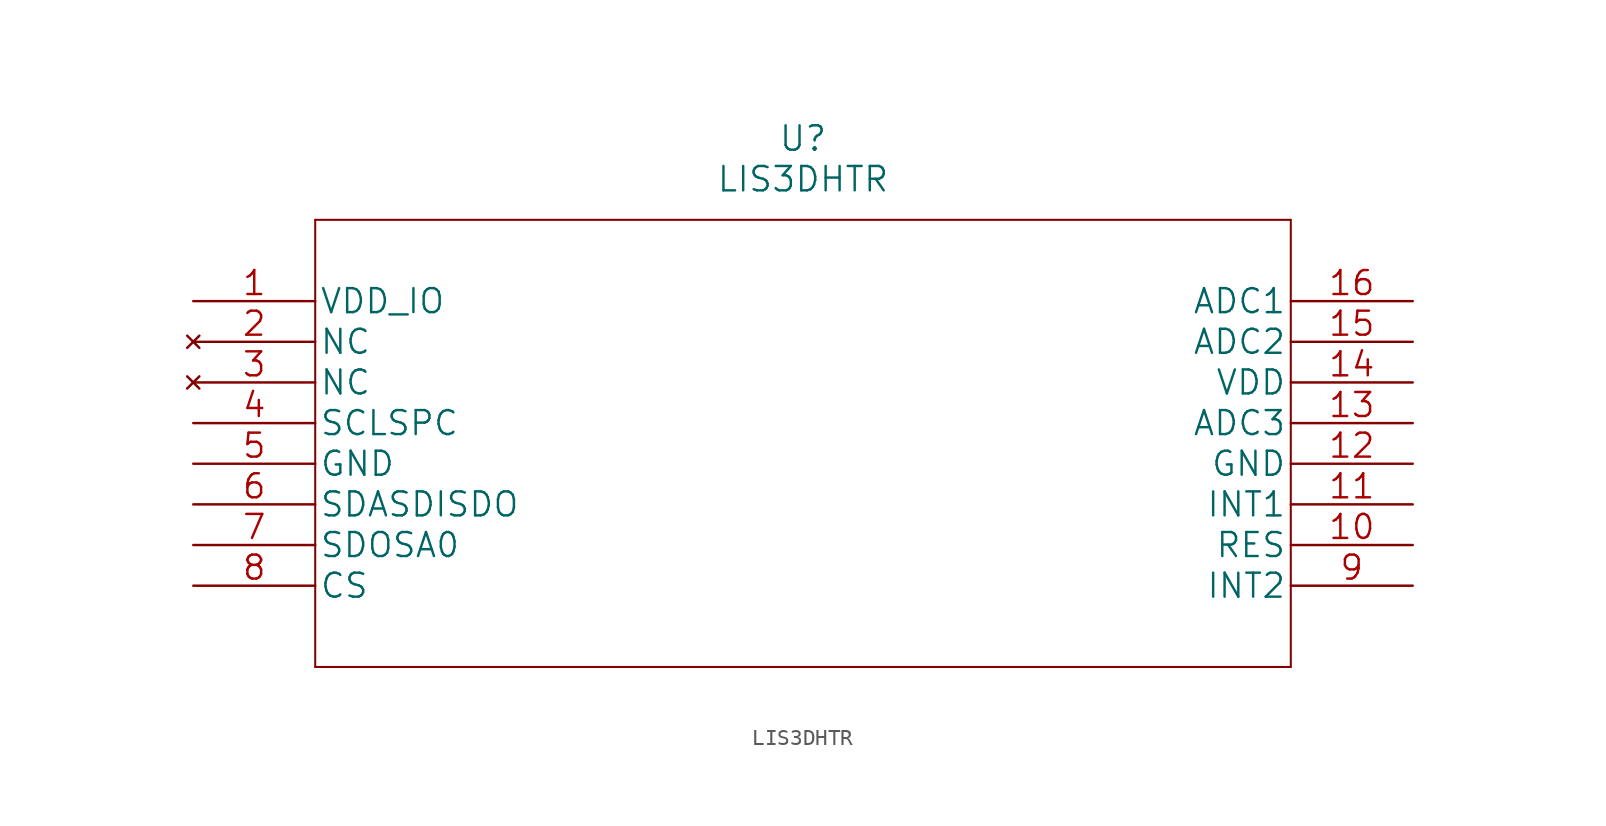
<source format=kicad_sym>
(kicad_symbol_lib
  (version 20201005)
  (generator kicad_symbol_editor)
  (symbol "LIS3DHTR"
    (pin_names
      (offset 0.254))
    (property "Reference" "U"
      (at 38.1 10.16 0)
      (effects (font (size 1.524 1.524))))
    (property "Value" "LIS3DHTR"
      (at 38.1 7.62 0)
      (effects (font (size 1.524 1.524))))
    (property "Datasheet" ""
      (at 0 0 0)
      (effects (font (size 1.524 1.524))))
    (symbol "LIS3DHTR_1_0"
      (polyline (pts (xy 7.62 -22.86) (xy 68.58 -22.86)) (stroke (width 0.127)) (fill (type none)))
      (polyline (pts (xy 7.62 5.08) (xy 7.62 -22.86)) (stroke (width 0.127)) (fill (type none)))
      (polyline (pts (xy 68.58 -22.86) (xy 68.58 5.08)) (stroke (width 0.127)) (fill (type none)))
      (polyline (pts (xy 68.58 5.08) (xy 7.62 5.08)) (stroke (width 0.127)) (fill (type none)))
      (pin power_in line (at 0 0 0) (length 7.62) (name "VDD_IO" (effects (font (size 1.499 1.499)))) (number "1" (effects (font (size 1.499 1.499)))))
      (pin input line (at 76.2 -15.24 180) (length 7.62) (name "RES" (effects (font (size 1.499 1.499)))) (number "10" (effects (font (size 1.499 1.499)))))
      (pin output line (at 76.2 -12.7 180) (length 7.62) (name "INT1" (effects (font (size 1.499 1.499)))) (number "11" (effects (font (size 1.499 1.499)))))
      (pin power_in line (at 76.2 -10.16 180) (length 7.62) (name "GND" (effects (font (size 1.499 1.499)))) (number "12" (effects (font (size 1.499 1.499)))))
      (pin input line (at 76.2 -7.62 180) (length 7.62) (name "ADC3" (effects (font (size 1.499 1.499)))) (number "13" (effects (font (size 1.499 1.499)))))
      (pin power_in line (at 76.2 -5.08 180) (length 7.62) (name "VDD" (effects (font (size 1.499 1.499)))) (number "14" (effects (font (size 1.499 1.499)))))
      (pin input line (at 76.2 -2.54 180) (length 7.62) (name "ADC2" (effects (font (size 1.499 1.499)))) (number "15" (effects (font (size 1.499 1.499)))))
      (pin input line (at 76.2 0 180) (length 7.62) (name "ADC1" (effects (font (size 1.499 1.499)))) (number "16" (effects (font (size 1.499 1.499)))))
      (pin unconnected line (at 0 -2.54 0) (length 7.62) (name "NC" (effects (font (size 1.499 1.499)))) (number "2" (effects (font (size 1.499 1.499)))))
      (pin unconnected line (at 0 -5.08 0) (length 7.62) (name "NC" (effects (font (size 1.499 1.499)))) (number "3" (effects (font (size 1.499 1.499)))))
      (pin input line (at 0 -7.62 0) (length 7.62) (name "SCLSPC" (effects (font (size 1.499 1.499)))) (number "4" (effects (font (size 1.499 1.499)))))
      (pin power_in line (at 0 -10.16 0) (length 7.62) (name "GND" (effects (font (size 1.499 1.499)))) (number "5" (effects (font (size 1.499 1.499)))))
      (pin bidirectional line (at 0 -12.7 0) (length 7.62) (name "SDASDISDO" (effects (font (size 1.499 1.499)))) (number "6" (effects (font (size 1.499 1.499)))))
      (pin input line (at 0 -15.24 0) (length 7.62) (name "SDOSA0" (effects (font (size 1.499 1.499)))) (number "7" (effects (font (size 1.499 1.499)))))
      (pin input line (at 0 -17.78 0) (length 7.62) (name "CS" (effects (font (size 1.499 1.499)))) (number "8" (effects (font (size 1.499 1.499)))))
      (pin output line (at 76.2 -17.78 180) (length 7.62) (name "INT2" (effects (font (size 1.499 1.499)))) (number "9" (effects (font (size 1.499 1.499))))))))
</source>
